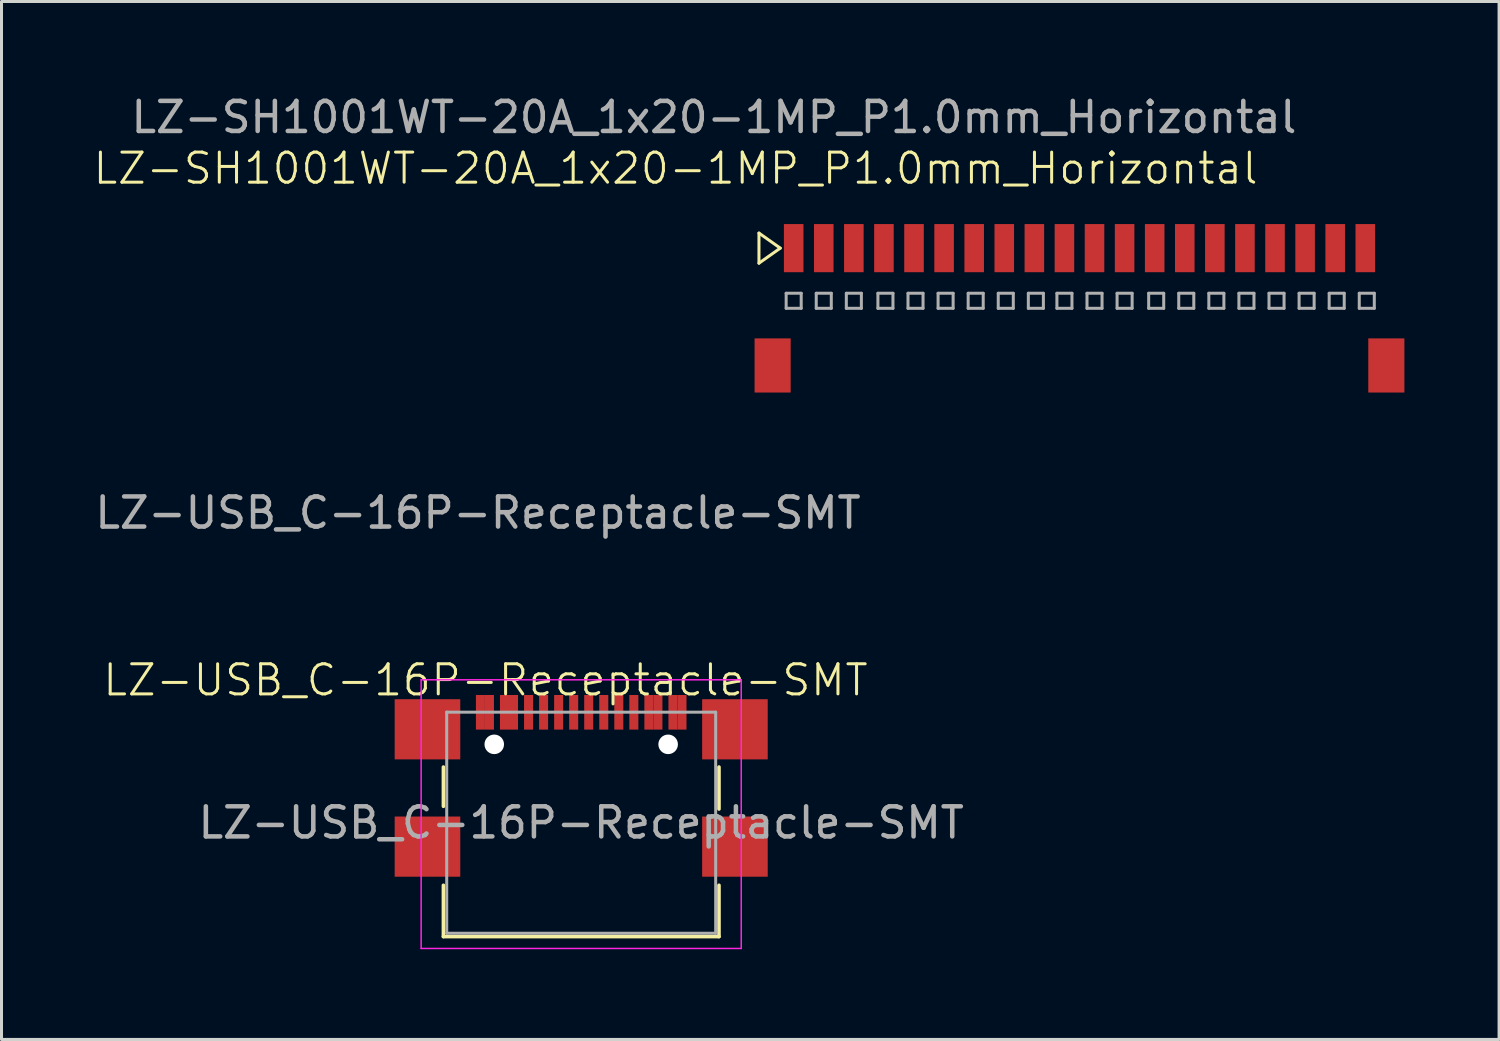
<source format=kicad_pcb>
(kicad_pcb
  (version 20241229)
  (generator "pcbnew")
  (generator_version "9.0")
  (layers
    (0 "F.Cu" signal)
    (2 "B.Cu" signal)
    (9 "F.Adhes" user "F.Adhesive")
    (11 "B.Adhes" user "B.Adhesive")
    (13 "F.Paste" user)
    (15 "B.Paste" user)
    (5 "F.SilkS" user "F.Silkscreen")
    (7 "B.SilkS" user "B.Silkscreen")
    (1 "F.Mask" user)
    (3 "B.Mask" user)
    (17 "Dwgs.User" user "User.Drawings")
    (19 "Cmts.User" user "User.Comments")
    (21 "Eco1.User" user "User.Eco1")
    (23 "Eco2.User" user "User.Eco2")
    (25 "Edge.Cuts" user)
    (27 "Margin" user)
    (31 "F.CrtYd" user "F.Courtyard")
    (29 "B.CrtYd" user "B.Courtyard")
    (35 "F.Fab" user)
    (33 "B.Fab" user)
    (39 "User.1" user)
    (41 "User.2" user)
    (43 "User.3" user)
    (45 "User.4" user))
  (footprint "LZ-USB_C-16P-Receptacle-SMT"
    (layer "F.Cu")
    (at 21.379 21.192)
    (property "Reference" "LZ-USB_C-16P-Receptacle-SMT" (at -8.29 -1.635 0) (unlocked yes) (layer "F.SilkS") (effects (font (size 1 1) (thickness 0.1))))
    (attr smd)
    (fp_line (start -9.69 1.255) (end -9.69 2.56) (stroke (width 0.12) (type solid)) (layer "F.SilkS"))
    (fp_line (start -9.69 6.89) (end -9.69 5.185) (stroke (width 0.12) (type solid)) (layer "F.SilkS"))
    (fp_line (start -0.53 2.65) (end -0.53 1.255) (stroke (width 0.12) (type solid)) (layer "F.SilkS"))
    (fp_line (start -0.53 5.185) (end -0.53 6.89) (stroke (width 0.12) (type solid)) (layer "F.SilkS"))
    (fp_line (start -0.53 6.89) (end -9.69 6.89) (stroke (width 0.12) (type solid)) (layer "F.SilkS"))
    (fp_line (start -10.43 -1.645) (end 0.21 -1.645) (stroke (width 0.05) (type solid)) (layer "F.CrtYd"))
    (fp_line (start -10.43 7.285) (end -10.43 -1.645) (stroke (width 0.05) (type solid)) (layer "F.CrtYd"))
    (fp_line (start 0.21 -1.645) (end 0.21 7.285) (stroke (width 0.05) (type solid)) (layer "F.CrtYd"))
    (fp_line (start 0.21 7.285) (end -10.43 7.285) (stroke (width 0.05) (type solid)) (layer "F.CrtYd"))
    (fp_line (start -9.58 -0.57) (end -9.58 6.78) (stroke (width 0.1) (type solid)) (layer "F.Fab"))
    (fp_line (start -9.58 -0.57) (end -0.64 -0.57) (stroke (width 0.1) (type solid)) (layer "F.Fab"))
    (fp_line (start -9.58 6.78) (end -0.64 6.78) (stroke (width 0.1) (type solid)) (layer "F.Fab"))
    (fp_line (start -0.64 6.78) (end -0.64 -0.57) (stroke (width 0.1) (type solid)) (layer "F.Fab"))
    (fp_text user "${REFERENCE}" (at -8.54 -7.195 0) (unlocked yes) (layer "F.Fab") (effects (font (size 1 1) (thickness 0.15))))
    (fp_text user "${REFERENCE}" (at -5.11 3.105 0) (layer "F.Fab") (effects (font (size 1 1) (thickness 0.15))))
    (pad "" np_thru_hole circle (at -8 0.5) (size 0.65 0.65) (drill 0.65) (layers "*.Cu" "*.Mask"))
    (pad "" np_thru_hole circle (at -2.22 0.5) (size 0.65 0.65) (drill 0.65) (layers "*.Cu" "*.Mask"))
    (pad "A1" smd rect (at -8.46 -0.565) (size 0.3 1.15) (layers "F.Cu" "F.Mask" "F.Paste"))
    (pad "A4" smd rect (at -7.66 -0.565) (size 0.3 1.15) (layers "F.Cu" "F.Mask" "F.Paste"))
    (pad "A5" smd rect (at -6.36 -0.565) (size 0.3 1.15) (layers "F.Cu" "F.Mask" "F.Paste"))
    (pad "A6" smd rect (at -5.36 -0.565) (size 0.3 1.15) (layers "F.Cu" "F.Mask" "F.Paste"))
    (pad "A7" smd rect (at -4.86 -0.565) (size 0.3 1.15) (layers "F.Cu" "F.Mask" "F.Paste"))
    (pad "A8" smd rect (at -3.86 -0.565) (size 0.3 1.15) (layers "F.Cu" "F.Mask" "F.Paste"))
    (pad "A9" smd rect (at -2.56 -0.565) (size 0.3 1.15) (layers "F.Cu" "F.Mask" "F.Paste"))
    (pad "A12" smd rect (at -1.76 -0.565) (size 0.3 1.15) (layers "F.Cu" "F.Mask" "F.Paste"))
    (pad "B1" smd rect (at -2.06 -0.565) (size 0.3 1.15) (layers "F.Cu" "F.Mask" "F.Paste"))
    (pad "B4" smd rect (at -2.86 -0.565) (size 0.3 1.15) (layers "F.Cu" "F.Mask" "F.Paste"))
    (pad "B5" smd rect (at -3.36 -0.565) (size 0.3 1.15) (layers "F.Cu" "F.Mask" "F.Paste"))
    (pad "B6" smd rect (at -4.36 -0.565) (size 0.3 1.15) (layers "F.Cu" "F.Mask" "F.Paste"))
    (pad "B7" smd rect (at -5.86 -0.565) (size 0.3 1.15) (layers "F.Cu" "F.Mask" "F.Paste"))
    (pad "B8" smd rect (at -6.86 -0.565) (size 0.3 1.15) (layers "F.Cu" "F.Mask" "F.Paste"))
    (pad "B9" smd rect (at -7.36 -0.565) (size 0.3 1.15) (layers "F.Cu" "F.Mask" "F.Paste"))
    (pad "B12" smd rect (at -8.16 -0.565) (size 0.3 1.15) (layers "F.Cu" "F.Mask" "F.Paste"))
    (pad "S1" smd rect (at -10.22 0) (size 2.18 2) (layers "F.Cu" "F.Mask" "F.Paste"))
    (pad "S1" smd rect (at -10.22 3.9) (size 2.18 2) (layers "F.Cu" "F.Mask" "F.Paste"))
    (pad "S1" smd rect (at 0 0) (size 2.18 2) (layers "F.Cu" "F.Mask" "F.Paste"))
    (pad "S1" smd rect (at 0 3.9) (size 2.18 2) (layers "F.Cu" "F.Mask" "F.Paste")))
  (footprint "LZ-SH1001WT-20A_1x20-1MP_P1.0mm_Horizontal"
    (layer "F.Cu")
    (at 42.332 5.198)
    (property "Reference" "LZ-SH1001WT-20A_1x20-1MP_P1.0mm_Horizontal" (at -22.925 -2.65 0) (unlocked yes) (layer "F.SilkS") (effects (font (size 1 1) (thickness 0.1))))
    (attr smd)
    (fp_line (start -20.154 -0.5) (end -20.154 0.5) (stroke (width 0.1) (type solid)) (layer "F.SilkS"))
    (fp_line (start -20.154 -0.5) (end -19.446 0) (stroke (width 0.1) (type solid)) (layer "F.SilkS"))
    (fp_line (start -19.446 0) (end -20.154 0.5) (stroke (width 0.1) (type solid)) (layer "F.SilkS"))
    (fp_rect (start -20.403 -0.825) (end 1.397 4.9) (stroke (width 0.1) (type default)) (fill no) (layer "Margin"))
    (fp_line (start -19.25 1.5) (end -19.25 2) (stroke (width 0.1) (type solid)) (layer "F.Fab"))
    (fp_line (start -19.25 2) (end -18.75 2) (stroke (width 0.1) (type solid)) (layer "F.Fab"))
    (fp_line (start -18.75 1.5) (end -19.25 1.5) (stroke (width 0.1) (type solid)) (layer "F.Fab"))
    (fp_line (start -18.75 2) (end -18.75 1.5) (stroke (width 0.1) (type solid)) (layer "F.Fab"))
    (fp_line (start -18.25 1.5) (end -18.25 2) (stroke (width 0.1) (type solid)) (layer "F.Fab"))
    (fp_line (start -18.25 2) (end -17.75 2) (stroke (width 0.1) (type solid)) (layer "F.Fab"))
    (fp_line (start -17.75 1.5) (end -18.25 1.5) (stroke (width 0.1) (type solid)) (layer "F.Fab"))
    (fp_line (start -17.75 2) (end -17.75 1.5) (stroke (width 0.1) (type solid)) (layer "F.Fab"))
    (fp_line (start -17.25 1.5) (end -17.25 2) (stroke (width 0.1) (type solid)) (layer "F.Fab"))
    (fp_line (start -17.25 2) (end -16.75 2) (stroke (width 0.1) (type solid)) (layer "F.Fab"))
    (fp_line (start -16.75 1.5) (end -17.25 1.5) (stroke (width 0.1) (type solid)) (layer "F.Fab"))
    (fp_line (start -16.75 2) (end -16.75 1.5) (stroke (width 0.1) (type solid)) (layer "F.Fab"))
    (fp_line (start -16.2 1.5) (end -16.2 2) (stroke (width 0.1) (type solid)) (layer "F.Fab"))
    (fp_line (start -16.2 2) (end -15.7 2) (stroke (width 0.1) (type solid)) (layer "F.Fab"))
    (fp_line (start -15.7 1.5) (end -16.2 1.5) (stroke (width 0.1) (type solid)) (layer "F.Fab"))
    (fp_line (start -15.7 2) (end -15.7 1.5) (stroke (width 0.1) (type solid)) (layer "F.Fab"))
    (fp_line (start -15.2 1.5) (end -15.2 2) (stroke (width 0.1) (type solid)) (layer "F.Fab"))
    (fp_line (start -15.2 2) (end -14.7 2) (stroke (width 0.1) (type solid)) (layer "F.Fab"))
    (fp_line (start -14.7 1.5) (end -15.2 1.5) (stroke (width 0.1) (type solid)) (layer "F.Fab"))
    (fp_line (start -14.7 2) (end -14.7 1.5) (stroke (width 0.1) (type solid)) (layer "F.Fab"))
    (fp_line (start -14.2 1.5) (end -14.2 2) (stroke (width 0.1) (type solid)) (layer "F.Fab"))
    (fp_line (start -14.2 2) (end -13.7 2) (stroke (width 0.1) (type solid)) (layer "F.Fab"))
    (fp_line (start -13.7 1.5) (end -14.2 1.5) (stroke (width 0.1) (type solid)) (layer "F.Fab"))
    (fp_line (start -13.7 2) (end -13.7 1.5) (stroke (width 0.1) (type solid)) (layer "F.Fab"))
    (fp_line (start -13.2 1.5) (end -13.2 2) (stroke (width 0.1) (type solid)) (layer "F.Fab"))
    (fp_line (start -13.2 2) (end -12.7 2) (stroke (width 0.1) (type solid)) (layer "F.Fab"))
    (fp_line (start -12.7 1.5) (end -13.2 1.5) (stroke (width 0.1) (type solid)) (layer "F.Fab"))
    (fp_line (start -12.7 2) (end -12.7 1.5) (stroke (width 0.1) (type solid)) (layer "F.Fab"))
    (fp_line (start -12.2 1.5) (end -12.2 2) (stroke (width 0.1) (type solid)) (layer "F.Fab"))
    (fp_line (start -12.2 2) (end -11.7 2) (stroke (width 0.1) (type solid)) (layer "F.Fab"))
    (fp_line (start -11.7 1.5) (end -12.2 1.5) (stroke (width 0.1) (type solid)) (layer "F.Fab"))
    (fp_line (start -11.7 2) (end -11.7 1.5) (stroke (width 0.1) (type solid)) (layer "F.Fab"))
    (fp_line (start -11.2 1.5) (end -11.2 2) (stroke (width 0.1) (type solid)) (layer "F.Fab"))
    (fp_line (start -11.2 2) (end -10.7 2) (stroke (width 0.1) (type solid)) (layer "F.Fab"))
    (fp_line (start -10.7 1.5) (end -11.2 1.5) (stroke (width 0.1) (type solid)) (layer "F.Fab"))
    (fp_line (start -10.7 2) (end -10.7 1.5) (stroke (width 0.1) (type solid)) (layer "F.Fab"))
    (fp_line (start -10.25 1.5) (end -10.25 2) (stroke (width 0.1) (type solid)) (layer "F.Fab"))
    (fp_line (start -10.25 2) (end -9.75 2) (stroke (width 0.1) (type solid)) (layer "F.Fab"))
    (fp_line (start -9.75 1.5) (end -10.25 1.5) (stroke (width 0.1) (type solid)) (layer "F.Fab"))
    (fp_line (start -9.75 2) (end -9.75 1.5) (stroke (width 0.1) (type solid)) (layer "F.Fab"))
    (fp_line (start -9.25 1.5) (end -9.25 2) (stroke (width 0.1) (type solid)) (layer "F.Fab"))
    (fp_line (start -9.25 2) (end -8.75 2) (stroke (width 0.1) (type solid)) (layer "F.Fab"))
    (fp_line (start -8.75 1.5) (end -9.25 1.5) (stroke (width 0.1) (type solid)) (layer "F.Fab"))
    (fp_line (start -8.75 2) (end -8.75 1.5) (stroke (width 0.1) (type solid)) (layer "F.Fab"))
    (fp_line (start -8.25 1.5) (end -8.25 2) (stroke (width 0.1) (type solid)) (layer "F.Fab"))
    (fp_line (start -8.25 2) (end -7.75 2) (stroke (width 0.1) (type solid)) (layer "F.Fab"))
    (fp_line (start -7.75 1.5) (end -8.25 1.5) (stroke (width 0.1) (type solid)) (layer "F.Fab"))
    (fp_line (start -7.75 2) (end -7.75 1.5) (stroke (width 0.1) (type solid)) (layer "F.Fab"))
    (fp_line (start -7.2 1.5) (end -7.2 2) (stroke (width 0.1) (type solid)) (layer "F.Fab"))
    (fp_line (start -7.2 2) (end -6.7 2) (stroke (width 0.1) (type solid)) (layer "F.Fab"))
    (fp_line (start -6.7 1.5) (end -7.2 1.5) (stroke (width 0.1) (type solid)) (layer "F.Fab"))
    (fp_line (start -6.7 2) (end -6.7 1.5) (stroke (width 0.1) (type solid)) (layer "F.Fab"))
    (fp_line (start -6.2 1.5) (end -6.2 2) (stroke (width 0.1) (type solid)) (layer "F.Fab"))
    (fp_line (start -6.2 2) (end -5.7 2) (stroke (width 0.1) (type solid)) (layer "F.Fab"))
    (fp_line (start -5.7 1.5) (end -6.2 1.5) (stroke (width 0.1) (type solid)) (layer "F.Fab"))
    (fp_line (start -5.7 2) (end -5.7 1.5) (stroke (width 0.1) (type solid)) (layer "F.Fab"))
    (fp_line (start -5.2 1.5) (end -5.2 2) (stroke (width 0.1) (type solid)) (layer "F.Fab"))
    (fp_line (start -5.2 2) (end -4.7 2) (stroke (width 0.1) (type solid)) (layer "F.Fab"))
    (fp_line (start -4.7 1.5) (end -5.2 1.5) (stroke (width 0.1) (type solid)) (layer "F.Fab"))
    (fp_line (start -4.7 2) (end -4.7 1.5) (stroke (width 0.1) (type solid)) (layer "F.Fab"))
    (fp_line (start -4.2 1.5) (end -4.2 2) (stroke (width 0.1) (type solid)) (layer "F.Fab"))
    (fp_line (start -4.2 2) (end -3.7 2) (stroke (width 0.1) (type solid)) (layer "F.Fab"))
    (fp_line (start -3.7 1.5) (end -4.2 1.5) (stroke (width 0.1) (type solid)) (layer "F.Fab"))
    (fp_line (start -3.7 2) (end -3.7 1.5) (stroke (width 0.1) (type solid)) (layer "F.Fab"))
    (fp_line (start -3.2 1.5) (end -3.2 2) (stroke (width 0.1) (type solid)) (layer "F.Fab"))
    (fp_line (start -3.2 2) (end -2.7 2) (stroke (width 0.1) (type solid)) (layer "F.Fab"))
    (fp_line (start -2.7 1.5) (end -3.2 1.5) (stroke (width 0.1) (type solid)) (layer "F.Fab"))
    (fp_line (start -2.7 2) (end -2.7 1.5) (stroke (width 0.1) (type solid)) (layer "F.Fab"))
    (fp_line (start -2.2 1.5) (end -2.2 2) (stroke (width 0.1) (type solid)) (layer "F.Fab"))
    (fp_line (start -2.2 2) (end -1.7 2) (stroke (width 0.1) (type solid)) (layer "F.Fab"))
    (fp_line (start -1.7 1.5) (end -2.2 1.5) (stroke (width 0.1) (type solid)) (layer "F.Fab"))
    (fp_line (start -1.7 2) (end -1.7 1.5) (stroke (width 0.1) (type solid)) (layer "F.Fab"))
    (fp_line (start -1.2 1.5) (end -1.2 2) (stroke (width 0.1) (type solid)) (layer "F.Fab"))
    (fp_line (start -1.2 2) (end -0.7 2) (stroke (width 0.1) (type solid)) (layer "F.Fab"))
    (fp_line (start -0.7 1.5) (end -1.2 1.5) (stroke (width 0.1) (type solid)) (layer "F.Fab"))
    (fp_line (start -0.7 2) (end -0.7 1.5) (stroke (width 0.1) (type solid)) (layer "F.Fab"))
    (fp_line (start -0.2 1.5) (end -0.2 2) (stroke (width 0.1) (type solid)) (layer "F.Fab"))
    (fp_line (start -0.2 2) (end 0.3 2) (stroke (width 0.1) (type solid)) (layer "F.Fab"))
    (fp_line (start 0.3 1.5) (end -0.2 1.5) (stroke (width 0.1) (type solid)) (layer "F.Fab"))
    (fp_line (start 0.3 2) (end 0.3 1.5) (stroke (width 0.1) (type solid)) (layer "F.Fab"))
    (fp_text user "${REFERENCE}" (at -21.65 -4.35 0) (unlocked yes) (layer "F.Fab") (effects (font (size 1 1) (thickness 0.15))))
    (pad "1" smd rect (at -19 0) (size 0.65 1.6) (layers "F.Cu" "F.Mask" "F.Paste"))
    (pad "2" smd rect (at -18 0) (size 0.65 1.6) (layers "F.Cu" "F.Mask" "F.Paste"))
    (pad "3" smd rect (at -17 0) (size 0.65 1.6) (layers "F.Cu" "F.Mask" "F.Paste"))
    (pad "4" smd rect (at -16 0) (size 0.65 1.6) (layers "F.Cu" "F.Mask" "F.Paste"))
    (pad "5" smd rect (at -15 0) (size 0.65 1.6) (layers "F.Cu" "F.Mask" "F.Paste"))
    (pad "6" smd rect (at -14 0) (size 0.65 1.6) (layers "F.Cu" "F.Mask" "F.Paste"))
    (pad "7" smd rect (at -13 0) (size 0.65 1.6) (layers "F.Cu" "F.Mask" "F.Paste"))
    (pad "8" smd rect (at -12 0) (size 0.65 1.6) (layers "F.Cu" "F.Mask" "F.Paste"))
    (pad "9" smd rect (at -11 0) (size 0.65 1.6) (layers "F.Cu" "F.Mask" "F.Paste"))
    (pad "10" smd rect (at -10 0) (size 0.65 1.6) (layers "F.Cu" "F.Mask" "F.Paste"))
    (pad "11" smd rect (at -9 0) (size 0.65 1.6) (layers "F.Cu" "F.Mask" "F.Paste"))
    (pad "12" smd rect (at -8 0) (size 0.65 1.6) (layers "F.Cu" "F.Mask" "F.Paste"))
    (pad "13" smd rect (at -7 0) (size 0.65 1.6) (layers "F.Cu" "F.Mask" "F.Paste"))
    (pad "14" smd rect (at -6 0) (size 0.65 1.6) (layers "F.Cu" "F.Mask" "F.Paste"))
    (pad "15" smd rect (at -5 0) (size 0.65 1.6) (layers "F.Cu" "F.Mask" "F.Paste"))
    (pad "16" smd rect (at -4 0) (size 0.65 1.6) (layers "F.Cu" "F.Mask" "F.Paste"))
    (pad "17" smd rect (at -3 0) (size 0.65 1.6) (layers "F.Cu" "F.Mask" "F.Paste"))
    (pad "18" smd rect (at -2 0) (size 0.65 1.6) (layers "F.Cu" "F.Mask" "F.Paste"))
    (pad "19" smd rect (at -1 0) (size 0.65 1.6) (layers "F.Cu" "F.Mask" "F.Paste"))
    (pad "20" smd rect (at 0 0) (size 0.65 1.6) (layers "F.Cu" "F.Mask" "F.Paste"))
    (pad "MP" smd rect (at -19.7 3.9) (size 1.2 1.8) (layers "F.Cu" "F.Mask" "F.Paste"))
    (pad "MP" smd rect (at 0.7 3.9) (size 1.2 1.8) (layers "F.Cu" "F.Mask" "F.Paste")))
  (gr_rect
    (start -3 -3)
    (end 46.779 31.502)
    (stroke (width 0.1) (type default))
    (fill no)
    (layer "Edge.Cuts")))
</source>
